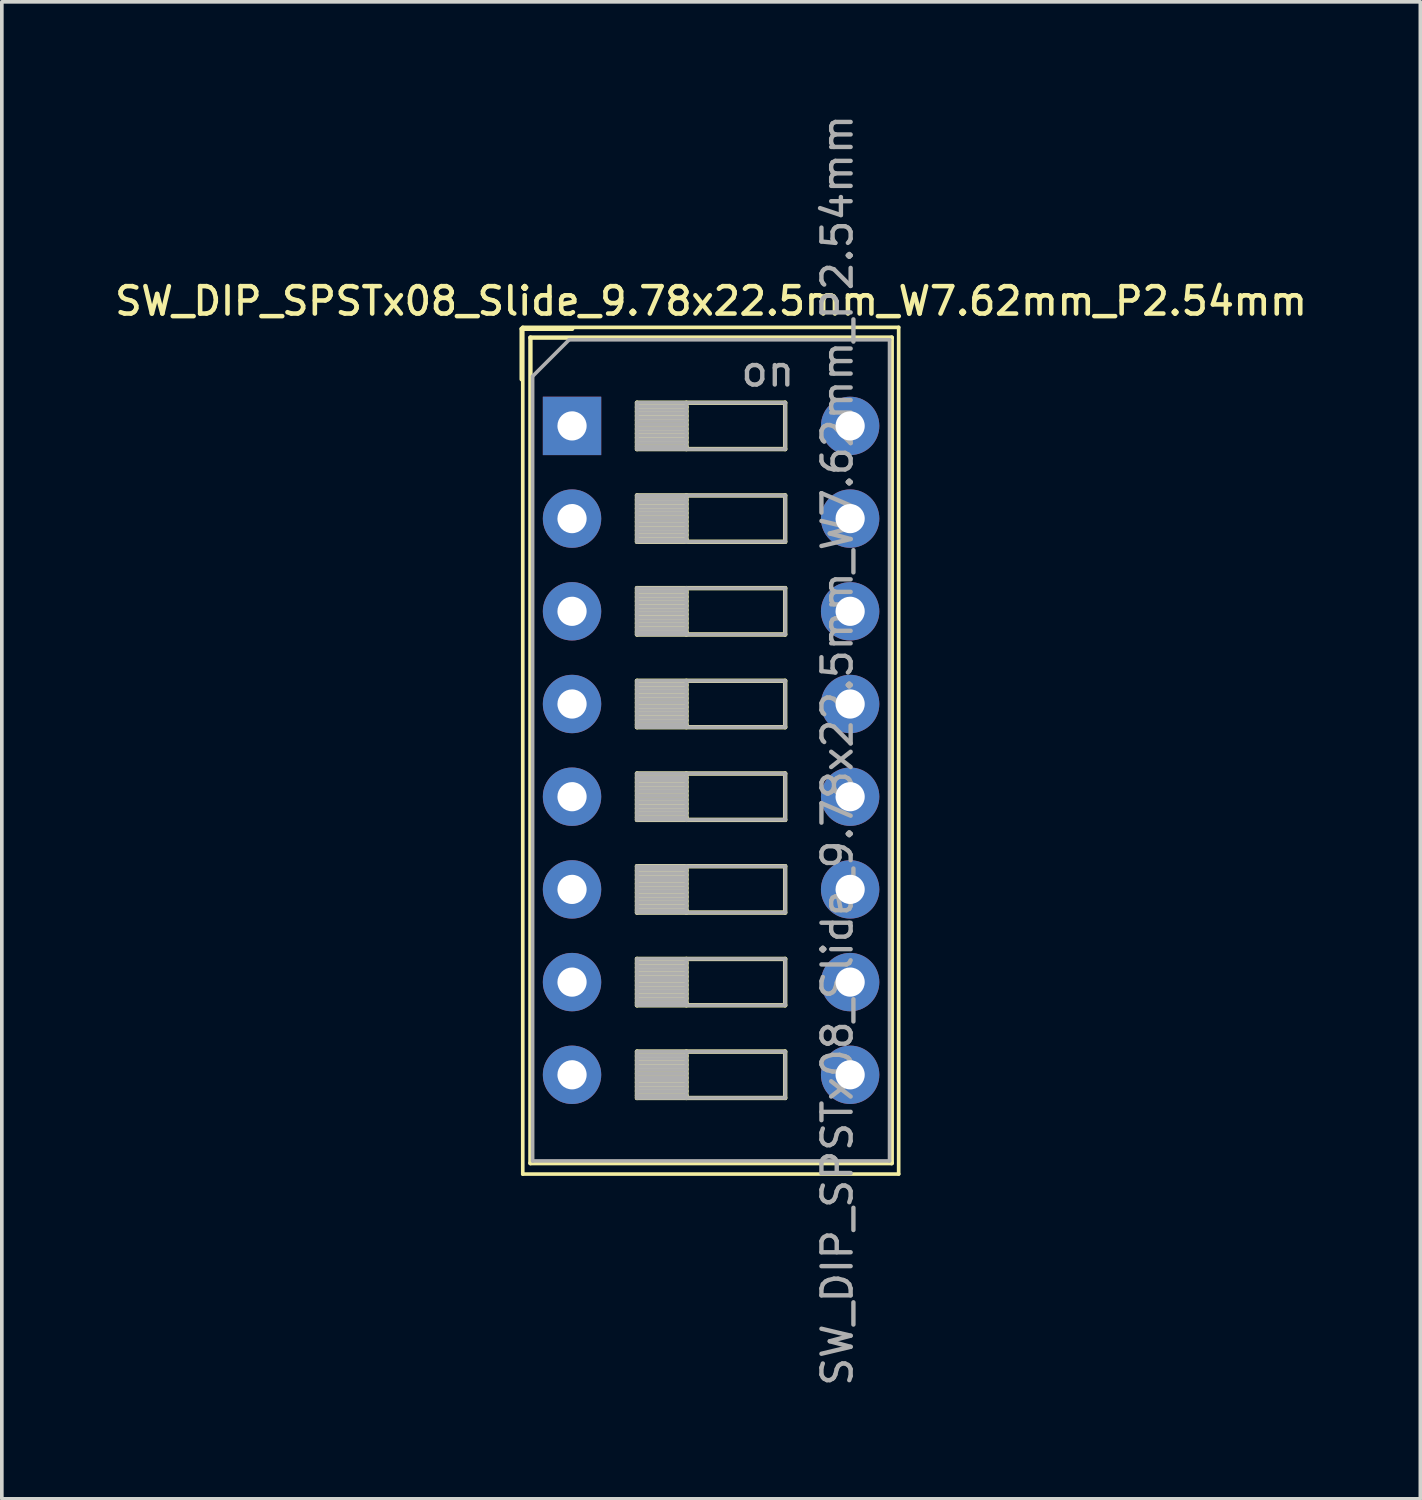
<source format=kicad_pcb>
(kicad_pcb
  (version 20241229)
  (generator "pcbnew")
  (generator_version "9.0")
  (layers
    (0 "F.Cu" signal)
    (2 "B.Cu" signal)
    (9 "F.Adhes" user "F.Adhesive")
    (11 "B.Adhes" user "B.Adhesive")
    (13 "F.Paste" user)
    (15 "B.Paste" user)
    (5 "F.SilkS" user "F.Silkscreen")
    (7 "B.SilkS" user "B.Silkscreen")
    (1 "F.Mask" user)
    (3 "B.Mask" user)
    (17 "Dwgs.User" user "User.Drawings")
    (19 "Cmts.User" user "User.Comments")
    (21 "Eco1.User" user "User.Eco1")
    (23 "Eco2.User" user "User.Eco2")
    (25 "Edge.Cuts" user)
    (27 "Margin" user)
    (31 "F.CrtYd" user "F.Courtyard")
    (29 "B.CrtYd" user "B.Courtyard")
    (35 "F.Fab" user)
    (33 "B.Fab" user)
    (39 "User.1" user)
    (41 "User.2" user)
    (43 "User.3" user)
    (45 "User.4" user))
  (footprint "SW_DIP_SPSTx08_Slide_9.78x22.5mm_W7.62mm_P2.54mm"
    (layer "F.Cu")
    (at 12.624 8.62)
    (property "Reference" "SW_DIP_SPSTx08_Slide_9.78x22.5mm_W7.62mm_P2.54mm" (at 3.81 -3.42 0) (layer "F.SilkS") (effects (font (size 0.75 0.75) (thickness 0.125))))
    (attr through_hole)
    (fp_line (start -1.38 -2.66) (end -1.38 -1.277) (stroke (width 0.12) (type solid)) (layer "F.SilkS"))
    (fp_line (start -1.38 -2.66) (end 0.004 -2.66) (stroke (width 0.12) (type solid)) (layer "F.SilkS"))
    (fp_line (start -1.35 -2.7) (end -1.35 20.5) (stroke (width 0.1) (type solid)) (layer "F.SilkS"))
    (fp_line (start -1.35 20.5) (end 8.95 20.5) (stroke (width 0.1) (type solid)) (layer "F.SilkS"))
    (fp_line (start -1.14 -2.42) (end -1.14 20.201) (stroke (width 0.12) (type solid)) (layer "F.SilkS"))
    (fp_line (start -1.14 -2.42) (end 8.76 -2.42) (stroke (width 0.12) (type solid)) (layer "F.SilkS"))
    (fp_line (start -1.14 20.201) (end 8.76 20.201) (stroke (width 0.12) (type solid)) (layer "F.SilkS"))
    (fp_line (start 1.78 -0.635) (end 1.78 0.635) (stroke (width 0.12) (type solid)) (layer "F.SilkS"))
    (fp_line (start 1.78 -0.515) (end 3.133 -0.515) (stroke (width 0.12) (type solid)) (layer "F.SilkS"))
    (fp_line (start 1.78 -0.395) (end 3.133 -0.395) (stroke (width 0.12) (type solid)) (layer "F.SilkS"))
    (fp_line (start 1.78 -0.275) (end 3.133 -0.275) (stroke (width 0.12) (type solid)) (layer "F.SilkS"))
    (fp_line (start 1.78 -0.155) (end 3.133 -0.155) (stroke (width 0.12) (type solid)) (layer "F.SilkS"))
    (fp_line (start 1.78 -0.035) (end 3.133 -0.035) (stroke (width 0.12) (type solid)) (layer "F.SilkS"))
    (fp_line (start 1.78 0.085) (end 3.133 0.085) (stroke (width 0.12) (type solid)) (layer "F.SilkS"))
    (fp_line (start 1.78 0.205) (end 3.133 0.205) (stroke (width 0.12) (type solid)) (layer "F.SilkS"))
    (fp_line (start 1.78 0.325) (end 3.133 0.325) (stroke (width 0.12) (type solid)) (layer "F.SilkS"))
    (fp_line (start 1.78 0.445) (end 3.133 0.445) (stroke (width 0.12) (type solid)) (layer "F.SilkS"))
    (fp_line (start 1.78 0.565) (end 3.133 0.565) (stroke (width 0.12) (type solid)) (layer "F.SilkS"))
    (fp_line (start 1.78 0.635) (end 5.84 0.635) (stroke (width 0.12) (type solid)) (layer "F.SilkS"))
    (fp_line (start 1.78 1.905) (end 1.78 3.175) (stroke (width 0.12) (type solid)) (layer "F.SilkS"))
    (fp_line (start 1.78 2.025) (end 3.133 2.025) (stroke (width 0.12) (type solid)) (layer "F.SilkS"))
    (fp_line (start 1.78 2.145) (end 3.133 2.145) (stroke (width 0.12) (type solid)) (layer "F.SilkS"))
    (fp_line (start 1.78 2.265) (end 3.133 2.265) (stroke (width 0.12) (type solid)) (layer "F.SilkS"))
    (fp_line (start 1.78 2.385) (end 3.133 2.385) (stroke (width 0.12) (type solid)) (layer "F.SilkS"))
    (fp_line (start 1.78 2.505) (end 3.133 2.505) (stroke (width 0.12) (type solid)) (layer "F.SilkS"))
    (fp_line (start 1.78 2.625) (end 3.133 2.625) (stroke (width 0.12) (type solid)) (layer "F.SilkS"))
    (fp_line (start 1.78 2.745) (end 3.133 2.745) (stroke (width 0.12) (type solid)) (layer "F.SilkS"))
    (fp_line (start 1.78 2.865) (end 3.133 2.865) (stroke (width 0.12) (type solid)) (layer "F.SilkS"))
    (fp_line (start 1.78 2.985) (end 3.133 2.985) (stroke (width 0.12) (type solid)) (layer "F.SilkS"))
    (fp_line (start 1.78 3.105) (end 3.133 3.105) (stroke (width 0.12) (type solid)) (layer "F.SilkS"))
    (fp_line (start 1.78 3.175) (end 5.84 3.175) (stroke (width 0.12) (type solid)) (layer "F.SilkS"))
    (fp_line (start 1.78 4.445) (end 1.78 5.715) (stroke (width 0.12) (type solid)) (layer "F.SilkS"))
    (fp_line (start 1.78 4.565) (end 3.133 4.565) (stroke (width 0.12) (type solid)) (layer "F.SilkS"))
    (fp_line (start 1.78 4.685) (end 3.133 4.685) (stroke (width 0.12) (type solid)) (layer "F.SilkS"))
    (fp_line (start 1.78 4.805) (end 3.133 4.805) (stroke (width 0.12) (type solid)) (layer "F.SilkS"))
    (fp_line (start 1.78 4.925) (end 3.133 4.925) (stroke (width 0.12) (type solid)) (layer "F.SilkS"))
    (fp_line (start 1.78 5.045) (end 3.133 5.045) (stroke (width 0.12) (type solid)) (layer "F.SilkS"))
    (fp_line (start 1.78 5.165) (end 3.133 5.165) (stroke (width 0.12) (type solid)) (layer "F.SilkS"))
    (fp_line (start 1.78 5.285) (end 3.133 5.285) (stroke (width 0.12) (type solid)) (layer "F.SilkS"))
    (fp_line (start 1.78 5.405) (end 3.133 5.405) (stroke (width 0.12) (type solid)) (layer "F.SilkS"))
    (fp_line (start 1.78 5.525) (end 3.133 5.525) (stroke (width 0.12) (type solid)) (layer "F.SilkS"))
    (fp_line (start 1.78 5.645) (end 3.133 5.645) (stroke (width 0.12) (type solid)) (layer "F.SilkS"))
    (fp_line (start 1.78 5.715) (end 5.84 5.715) (stroke (width 0.12) (type solid)) (layer "F.SilkS"))
    (fp_line (start 1.78 6.985) (end 1.78 8.255) (stroke (width 0.12) (type solid)) (layer "F.SilkS"))
    (fp_line (start 1.78 7.105) (end 3.133 7.105) (stroke (width 0.12) (type solid)) (layer "F.SilkS"))
    (fp_line (start 1.78 7.225) (end 3.133 7.225) (stroke (width 0.12) (type solid)) (layer "F.SilkS"))
    (fp_line (start 1.78 7.345) (end 3.133 7.345) (stroke (width 0.12) (type solid)) (layer "F.SilkS"))
    (fp_line (start 1.78 7.465) (end 3.133 7.465) (stroke (width 0.12) (type solid)) (layer "F.SilkS"))
    (fp_line (start 1.78 7.585) (end 3.133 7.585) (stroke (width 0.12) (type solid)) (layer "F.SilkS"))
    (fp_line (start 1.78 7.705) (end 3.133 7.705) (stroke (width 0.12) (type solid)) (layer "F.SilkS"))
    (fp_line (start 1.78 7.825) (end 3.133 7.825) (stroke (width 0.12) (type solid)) (layer "F.SilkS"))
    (fp_line (start 1.78 7.945) (end 3.133 7.945) (stroke (width 0.12) (type solid)) (layer "F.SilkS"))
    (fp_line (start 1.78 8.065) (end 3.133 8.065) (stroke (width 0.12) (type solid)) (layer "F.SilkS"))
    (fp_line (start 1.78 8.185) (end 3.133 8.185) (stroke (width 0.12) (type solid)) (layer "F.SilkS"))
    (fp_line (start 1.78 8.255) (end 5.84 8.255) (stroke (width 0.12) (type solid)) (layer "F.SilkS"))
    (fp_line (start 1.78 9.525) (end 1.78 10.795) (stroke (width 0.12) (type solid)) (layer "F.SilkS"))
    (fp_line (start 1.78 9.645) (end 3.133 9.645) (stroke (width 0.12) (type solid)) (layer "F.SilkS"))
    (fp_line (start 1.78 9.765) (end 3.133 9.765) (stroke (width 0.12) (type solid)) (layer "F.SilkS"))
    (fp_line (start 1.78 9.885) (end 3.133 9.885) (stroke (width 0.12) (type solid)) (layer "F.SilkS"))
    (fp_line (start 1.78 10.005) (end 3.133 10.005) (stroke (width 0.12) (type solid)) (layer "F.SilkS"))
    (fp_line (start 1.78 10.125) (end 3.133 10.125) (stroke (width 0.12) (type solid)) (layer "F.SilkS"))
    (fp_line (start 1.78 10.245) (end 3.133 10.245) (stroke (width 0.12) (type solid)) (layer "F.SilkS"))
    (fp_line (start 1.78 10.365) (end 3.133 10.365) (stroke (width 0.12) (type solid)) (layer "F.SilkS"))
    (fp_line (start 1.78 10.485) (end 3.133 10.485) (stroke (width 0.12) (type solid)) (layer "F.SilkS"))
    (fp_line (start 1.78 10.605) (end 3.133 10.605) (stroke (width 0.12) (type solid)) (layer "F.SilkS"))
    (fp_line (start 1.78 10.725) (end 3.133 10.725) (stroke (width 0.12) (type solid)) (layer "F.SilkS"))
    (fp_line (start 1.78 10.795) (end 5.84 10.795) (stroke (width 0.12) (type solid)) (layer "F.SilkS"))
    (fp_line (start 1.78 12.065) (end 1.78 13.335) (stroke (width 0.12) (type solid)) (layer "F.SilkS"))
    (fp_line (start 1.78 12.185) (end 3.133 12.185) (stroke (width 0.12) (type solid)) (layer "F.SilkS"))
    (fp_line (start 1.78 12.305) (end 3.133 12.305) (stroke (width 0.12) (type solid)) (layer "F.SilkS"))
    (fp_line (start 1.78 12.425) (end 3.133 12.425) (stroke (width 0.12) (type solid)) (layer "F.SilkS"))
    (fp_line (start 1.78 12.545) (end 3.133 12.545) (stroke (width 0.12) (type solid)) (layer "F.SilkS"))
    (fp_line (start 1.78 12.665) (end 3.133 12.665) (stroke (width 0.12) (type solid)) (layer "F.SilkS"))
    (fp_line (start 1.78 12.785) (end 3.133 12.785) (stroke (width 0.12) (type solid)) (layer "F.SilkS"))
    (fp_line (start 1.78 12.905) (end 3.133 12.905) (stroke (width 0.12) (type solid)) (layer "F.SilkS"))
    (fp_line (start 1.78 13.025) (end 3.133 13.025) (stroke (width 0.12) (type solid)) (layer "F.SilkS"))
    (fp_line (start 1.78 13.145) (end 3.133 13.145) (stroke (width 0.12) (type solid)) (layer "F.SilkS"))
    (fp_line (start 1.78 13.265) (end 3.133 13.265) (stroke (width 0.12) (type solid)) (layer "F.SilkS"))
    (fp_line (start 1.78 13.335) (end 5.84 13.335) (stroke (width 0.12) (type solid)) (layer "F.SilkS"))
    (fp_line (start 1.78 14.605) (end 1.78 15.875) (stroke (width 0.12) (type solid)) (layer "F.SilkS"))
    (fp_line (start 1.78 14.725) (end 3.133 14.725) (stroke (width 0.12) (type solid)) (layer "F.SilkS"))
    (fp_line (start 1.78 14.845) (end 3.133 14.845) (stroke (width 0.12) (type solid)) (layer "F.SilkS"))
    (fp_line (start 1.78 14.965) (end 3.133 14.965) (stroke (width 0.12) (type solid)) (layer "F.SilkS"))
    (fp_line (start 1.78 15.085) (end 3.133 15.085) (stroke (width 0.12) (type solid)) (layer "F.SilkS"))
    (fp_line (start 1.78 15.205) (end 3.133 15.205) (stroke (width 0.12) (type solid)) (layer "F.SilkS"))
    (fp_line (start 1.78 15.325) (end 3.133 15.325) (stroke (width 0.12) (type solid)) (layer "F.SilkS"))
    (fp_line (start 1.78 15.445) (end 3.133 15.445) (stroke (width 0.12) (type solid)) (layer "F.SilkS"))
    (fp_line (start 1.78 15.565) (end 3.133 15.565) (stroke (width 0.12) (type solid)) (layer "F.SilkS"))
    (fp_line (start 1.78 15.685) (end 3.133 15.685) (stroke (width 0.12) (type solid)) (layer "F.SilkS"))
    (fp_line (start 1.78 15.805) (end 3.133 15.805) (stroke (width 0.12) (type solid)) (layer "F.SilkS"))
    (fp_line (start 1.78 15.875) (end 5.84 15.875) (stroke (width 0.12) (type solid)) (layer "F.SilkS"))
    (fp_line (start 1.78 17.145) (end 1.78 18.415) (stroke (width 0.12) (type solid)) (layer "F.SilkS"))
    (fp_line (start 1.78 17.265) (end 3.133 17.265) (stroke (width 0.12) (type solid)) (layer "F.SilkS"))
    (fp_line (start 1.78 17.385) (end 3.133 17.385) (stroke (width 0.12) (type solid)) (layer "F.SilkS"))
    (fp_line (start 1.78 17.505) (end 3.133 17.505) (stroke (width 0.12) (type solid)) (layer "F.SilkS"))
    (fp_line (start 1.78 17.625) (end 3.133 17.625) (stroke (width 0.12) (type solid)) (layer "F.SilkS"))
    (fp_line (start 1.78 17.745) (end 3.133 17.745) (stroke (width 0.12) (type solid)) (layer "F.SilkS"))
    (fp_line (start 1.78 17.865) (end 3.133 17.865) (stroke (width 0.12) (type solid)) (layer "F.SilkS"))
    (fp_line (start 1.78 17.985) (end 3.133 17.985) (stroke (width 0.12) (type solid)) (layer "F.SilkS"))
    (fp_line (start 1.78 18.105) (end 3.133 18.105) (stroke (width 0.12) (type solid)) (layer "F.SilkS"))
    (fp_line (start 1.78 18.225) (end 3.133 18.225) (stroke (width 0.12) (type solid)) (layer "F.SilkS"))
    (fp_line (start 1.78 18.345) (end 3.133 18.345) (stroke (width 0.12) (type solid)) (layer "F.SilkS"))
    (fp_line (start 1.78 18.415) (end 5.84 18.415) (stroke (width 0.12) (type solid)) (layer "F.SilkS"))
    (fp_line (start 3.133 -0.635) (end 3.133 0.635) (stroke (width 0.12) (type solid)) (layer "F.SilkS"))
    (fp_line (start 3.133 1.905) (end 3.133 3.175) (stroke (width 0.12) (type solid)) (layer "F.SilkS"))
    (fp_line (start 3.133 4.445) (end 3.133 5.715) (stroke (width 0.12) (type solid)) (layer "F.SilkS"))
    (fp_line (start 3.133 6.985) (end 3.133 8.255) (stroke (width 0.12) (type solid)) (layer "F.SilkS"))
    (fp_line (start 3.133 9.525) (end 3.133 10.795) (stroke (width 0.12) (type solid)) (layer "F.SilkS"))
    (fp_line (start 3.133 12.065) (end 3.133 13.335) (stroke (width 0.12) (type solid)) (layer "F.SilkS"))
    (fp_line (start 3.133 14.605) (end 3.133 15.875) (stroke (width 0.12) (type solid)) (layer "F.SilkS"))
    (fp_line (start 3.133 17.145) (end 3.133 18.415) (stroke (width 0.12) (type solid)) (layer "F.SilkS"))
    (fp_line (start 5.84 -0.635) (end 1.78 -0.635) (stroke (width 0.12) (type solid)) (layer "F.SilkS"))
    (fp_line (start 5.84 0.635) (end 5.84 -0.635) (stroke (width 0.12) (type solid)) (layer "F.SilkS"))
    (fp_line (start 5.84 1.905) (end 1.78 1.905) (stroke (width 0.12) (type solid)) (layer "F.SilkS"))
    (fp_line (start 5.84 3.175) (end 5.84 1.905) (stroke (width 0.12) (type solid)) (layer "F.SilkS"))
    (fp_line (start 5.84 4.445) (end 1.78 4.445) (stroke (width 0.12) (type solid)) (layer "F.SilkS"))
    (fp_line (start 5.84 5.715) (end 5.84 4.445) (stroke (width 0.12) (type solid)) (layer "F.SilkS"))
    (fp_line (start 5.84 6.985) (end 1.78 6.985) (stroke (width 0.12) (type solid)) (layer "F.SilkS"))
    (fp_line (start 5.84 8.255) (end 5.84 6.985) (stroke (width 0.12) (type solid)) (layer "F.SilkS"))
    (fp_line (start 5.84 9.525) (end 1.78 9.525) (stroke (width 0.12) (type solid)) (layer "F.SilkS"))
    (fp_line (start 5.84 10.795) (end 5.84 9.525) (stroke (width 0.12) (type solid)) (layer "F.SilkS"))
    (fp_line (start 5.84 12.065) (end 1.78 12.065) (stroke (width 0.12) (type solid)) (layer "F.SilkS"))
    (fp_line (start 5.84 13.335) (end 5.84 12.065) (stroke (width 0.12) (type solid)) (layer "F.SilkS"))
    (fp_line (start 5.84 14.605) (end 1.78 14.605) (stroke (width 0.12) (type solid)) (layer "F.SilkS"))
    (fp_line (start 5.84 15.875) (end 5.84 14.605) (stroke (width 0.12) (type solid)) (layer "F.SilkS"))
    (fp_line (start 5.84 17.145) (end 1.78 17.145) (stroke (width 0.12) (type solid)) (layer "F.SilkS"))
    (fp_line (start 5.84 18.415) (end 5.84 17.145) (stroke (width 0.12) (type solid)) (layer "F.SilkS"))
    (fp_line (start 8.76 -2.42) (end 8.76 20.201) (stroke (width 0.12) (type solid)) (layer "F.SilkS"))
    (fp_line (start 8.95 -2.7) (end -1.35 -2.7) (stroke (width 0.1) (type solid)) (layer "F.SilkS"))
    (fp_line (start 8.95 20.5) (end 8.95 -2.7) (stroke (width 0.1) (type solid)) (layer "F.SilkS"))
    (fp_line (start -1.08 -1.36) (end -0.08 -2.36) (stroke (width 0.1) (type solid)) (layer "F.Fab"))
    (fp_line (start -1.08 20.14) (end -1.08 -1.36) (stroke (width 0.1) (type solid)) (layer "F.Fab"))
    (fp_line (start -0.08 -2.36) (end 8.7 -2.36) (stroke (width 0.1) (type solid)) (layer "F.Fab"))
    (fp_line (start 1.78 -0.635) (end 1.78 0.635) (stroke (width 0.1) (type solid)) (layer "F.Fab"))
    (fp_line (start 1.78 -0.535) (end 3.133 -0.535) (stroke (width 0.1) (type solid)) (layer "F.Fab"))
    (fp_line (start 1.78 -0.435) (end 3.133 -0.435) (stroke (width 0.1) (type solid)) (layer "F.Fab"))
    (fp_line (start 1.78 -0.335) (end 3.133 -0.335) (stroke (width 0.1) (type solid)) (layer "F.Fab"))
    (fp_line (start 1.78 -0.235) (end 3.133 -0.235) (stroke (width 0.1) (type solid)) (layer "F.Fab"))
    (fp_line (start 1.78 -0.135) (end 3.133 -0.135) (stroke (width 0.1) (type solid)) (layer "F.Fab"))
    (fp_line (start 1.78 -0.035) (end 3.133 -0.035) (stroke (width 0.1) (type solid)) (layer "F.Fab"))
    (fp_line (start 1.78 0.065) (end 3.133 0.065) (stroke (width 0.1) (type solid)) (layer "F.Fab"))
    (fp_line (start 1.78 0.165) (end 3.133 0.165) (stroke (width 0.1) (type solid)) (layer "F.Fab"))
    (fp_line (start 1.78 0.265) (end 3.133 0.265) (stroke (width 0.1) (type solid)) (layer "F.Fab"))
    (fp_line (start 1.78 0.365) (end 3.133 0.365) (stroke (width 0.1) (type solid)) (layer "F.Fab"))
    (fp_line (start 1.78 0.465) (end 3.133 0.465) (stroke (width 0.1) (type solid)) (layer "F.Fab"))
    (fp_line (start 1.78 0.565) (end 3.133 0.565) (stroke (width 0.1) (type solid)) (layer "F.Fab"))
    (fp_line (start 1.78 0.635) (end 5.84 0.635) (stroke (width 0.1) (type solid)) (layer "F.Fab"))
    (fp_line (start 1.78 1.905) (end 1.78 3.175) (stroke (width 0.1) (type solid)) (layer "F.Fab"))
    (fp_line (start 1.78 2.005) (end 3.133 2.005) (stroke (width 0.1) (type solid)) (layer "F.Fab"))
    (fp_line (start 1.78 2.105) (end 3.133 2.105) (stroke (width 0.1) (type solid)) (layer "F.Fab"))
    (fp_line (start 1.78 2.205) (end 3.133 2.205) (stroke (width 0.1) (type solid)) (layer "F.Fab"))
    (fp_line (start 1.78 2.305) (end 3.133 2.305) (stroke (width 0.1) (type solid)) (layer "F.Fab"))
    (fp_line (start 1.78 2.405) (end 3.133 2.405) (stroke (width 0.1) (type solid)) (layer "F.Fab"))
    (fp_line (start 1.78 2.505) (end 3.133 2.505) (stroke (width 0.1) (type solid)) (layer "F.Fab"))
    (fp_line (start 1.78 2.605) (end 3.133 2.605) (stroke (width 0.1) (type solid)) (layer "F.Fab"))
    (fp_line (start 1.78 2.705) (end 3.133 2.705) (stroke (width 0.1) (type solid)) (layer "F.Fab"))
    (fp_line (start 1.78 2.805) (end 3.133 2.805) (stroke (width 0.1) (type solid)) (layer "F.Fab"))
    (fp_line (start 1.78 2.905) (end 3.133 2.905) (stroke (width 0.1) (type solid)) (layer "F.Fab"))
    (fp_line (start 1.78 3.005) (end 3.133 3.005) (stroke (width 0.1) (type solid)) (layer "F.Fab"))
    (fp_line (start 1.78 3.105) (end 3.133 3.105) (stroke (width 0.1) (type solid)) (layer "F.Fab"))
    (fp_line (start 1.78 3.175) (end 5.84 3.175) (stroke (width 0.1) (type solid)) (layer "F.Fab"))
    (fp_line (start 1.78 4.445) (end 1.78 5.715) (stroke (width 0.1) (type solid)) (layer "F.Fab"))
    (fp_line (start 1.78 4.545) (end 3.133 4.545) (stroke (width 0.1) (type solid)) (layer "F.Fab"))
    (fp_line (start 1.78 4.645) (end 3.133 4.645) (stroke (width 0.1) (type solid)) (layer "F.Fab"))
    (fp_line (start 1.78 4.745) (end 3.133 4.745) (stroke (width 0.1) (type solid)) (layer "F.Fab"))
    (fp_line (start 1.78 4.845) (end 3.133 4.845) (stroke (width 0.1) (type solid)) (layer "F.Fab"))
    (fp_line (start 1.78 4.945) (end 3.133 4.945) (stroke (width 0.1) (type solid)) (layer "F.Fab"))
    (fp_line (start 1.78 5.045) (end 3.133 5.045) (stroke (width 0.1) (type solid)) (layer "F.Fab"))
    (fp_line (start 1.78 5.145) (end 3.133 5.145) (stroke (width 0.1) (type solid)) (layer "F.Fab"))
    (fp_line (start 1.78 5.245) (end 3.133 5.245) (stroke (width 0.1) (type solid)) (layer "F.Fab"))
    (fp_line (start 1.78 5.345) (end 3.133 5.345) (stroke (width 0.1) (type solid)) (layer "F.Fab"))
    (fp_line (start 1.78 5.445) (end 3.133 5.445) (stroke (width 0.1) (type solid)) (layer "F.Fab"))
    (fp_line (start 1.78 5.545) (end 3.133 5.545) (stroke (width 0.1) (type solid)) (layer "F.Fab"))
    (fp_line (start 1.78 5.645) (end 3.133 5.645) (stroke (width 0.1) (type solid)) (layer "F.Fab"))
    (fp_line (start 1.78 5.715) (end 5.84 5.715) (stroke (width 0.1) (type solid)) (layer "F.Fab"))
    (fp_line (start 1.78 6.985) (end 1.78 8.255) (stroke (width 0.1) (type solid)) (layer "F.Fab"))
    (fp_line (start 1.78 7.085) (end 3.133 7.085) (stroke (width 0.1) (type solid)) (layer "F.Fab"))
    (fp_line (start 1.78 7.185) (end 3.133 7.185) (stroke (width 0.1) (type solid)) (layer "F.Fab"))
    (fp_line (start 1.78 7.285) (end 3.133 7.285) (stroke (width 0.1) (type solid)) (layer "F.Fab"))
    (fp_line (start 1.78 7.385) (end 3.133 7.385) (stroke (width 0.1) (type solid)) (layer "F.Fab"))
    (fp_line (start 1.78 7.485) (end 3.133 7.485) (stroke (width 0.1) (type solid)) (layer "F.Fab"))
    (fp_line (start 1.78 7.585) (end 3.133 7.585) (stroke (width 0.1) (type solid)) (layer "F.Fab"))
    (fp_line (start 1.78 7.685) (end 3.133 7.685) (stroke (width 0.1) (type solid)) (layer "F.Fab"))
    (fp_line (start 1.78 7.785) (end 3.133 7.785) (stroke (width 0.1) (type solid)) (layer "F.Fab"))
    (fp_line (start 1.78 7.885) (end 3.133 7.885) (stroke (width 0.1) (type solid)) (layer "F.Fab"))
    (fp_line (start 1.78 7.985) (end 3.133 7.985) (stroke (width 0.1) (type solid)) (layer "F.Fab"))
    (fp_line (start 1.78 8.085) (end 3.133 8.085) (stroke (width 0.1) (type solid)) (layer "F.Fab"))
    (fp_line (start 1.78 8.185) (end 3.133 8.185) (stroke (width 0.1) (type solid)) (layer "F.Fab"))
    (fp_line (start 1.78 8.255) (end 5.84 8.255) (stroke (width 0.1) (type solid)) (layer "F.Fab"))
    (fp_line (start 1.78 9.525) (end 1.78 10.795) (stroke (width 0.1) (type solid)) (layer "F.Fab"))
    (fp_line (start 1.78 9.625) (end 3.133 9.625) (stroke (width 0.1) (type solid)) (layer "F.Fab"))
    (fp_line (start 1.78 9.725) (end 3.133 9.725) (stroke (width 0.1) (type solid)) (layer "F.Fab"))
    (fp_line (start 1.78 9.825) (end 3.133 9.825) (stroke (width 0.1) (type solid)) (layer "F.Fab"))
    (fp_line (start 1.78 9.925) (end 3.133 9.925) (stroke (width 0.1) (type solid)) (layer "F.Fab"))
    (fp_line (start 1.78 10.025) (end 3.133 10.025) (stroke (width 0.1) (type solid)) (layer "F.Fab"))
    (fp_line (start 1.78 10.125) (end 3.133 10.125) (stroke (width 0.1) (type solid)) (layer "F.Fab"))
    (fp_line (start 1.78 10.225) (end 3.133 10.225) (stroke (width 0.1) (type solid)) (layer "F.Fab"))
    (fp_line (start 1.78 10.325) (end 3.133 10.325) (stroke (width 0.1) (type solid)) (layer "F.Fab"))
    (fp_line (start 1.78 10.425) (end 3.133 10.425) (stroke (width 0.1) (type solid)) (layer "F.Fab"))
    (fp_line (start 1.78 10.525) (end 3.133 10.525) (stroke (width 0.1) (type solid)) (layer "F.Fab"))
    (fp_line (start 1.78 10.625) (end 3.133 10.625) (stroke (width 0.1) (type solid)) (layer "F.Fab"))
    (fp_line (start 1.78 10.725) (end 3.133 10.725) (stroke (width 0.1) (type solid)) (layer "F.Fab"))
    (fp_line (start 1.78 10.795) (end 5.84 10.795) (stroke (width 0.1) (type solid)) (layer "F.Fab"))
    (fp_line (start 1.78 12.065) (end 1.78 13.335) (stroke (width 0.1) (type solid)) (layer "F.Fab"))
    (fp_line (start 1.78 12.165) (end 3.133 12.165) (stroke (width 0.1) (type solid)) (layer "F.Fab"))
    (fp_line (start 1.78 12.265) (end 3.133 12.265) (stroke (width 0.1) (type solid)) (layer "F.Fab"))
    (fp_line (start 1.78 12.365) (end 3.133 12.365) (stroke (width 0.1) (type solid)) (layer "F.Fab"))
    (fp_line (start 1.78 12.465) (end 3.133 12.465) (stroke (width 0.1) (type solid)) (layer "F.Fab"))
    (fp_line (start 1.78 12.565) (end 3.133 12.565) (stroke (width 0.1) (type solid)) (layer "F.Fab"))
    (fp_line (start 1.78 12.665) (end 3.133 12.665) (stroke (width 0.1) (type solid)) (layer "F.Fab"))
    (fp_line (start 1.78 12.765) (end 3.133 12.765) (stroke (width 0.1) (type solid)) (layer "F.Fab"))
    (fp_line (start 1.78 12.865) (end 3.133 12.865) (stroke (width 0.1) (type solid)) (layer "F.Fab"))
    (fp_line (start 1.78 12.965) (end 3.133 12.965) (stroke (width 0.1) (type solid)) (layer "F.Fab"))
    (fp_line (start 1.78 13.065) (end 3.133 13.065) (stroke (width 0.1) (type solid)) (layer "F.Fab"))
    (fp_line (start 1.78 13.165) (end 3.133 13.165) (stroke (width 0.1) (type solid)) (layer "F.Fab"))
    (fp_line (start 1.78 13.265) (end 3.133 13.265) (stroke (width 0.1) (type solid)) (layer "F.Fab"))
    (fp_line (start 1.78 13.335) (end 5.84 13.335) (stroke (width 0.1) (type solid)) (layer "F.Fab"))
    (fp_line (start 1.78 14.605) (end 1.78 15.875) (stroke (width 0.1) (type solid)) (layer "F.Fab"))
    (fp_line (start 1.78 14.705) (end 3.133 14.705) (stroke (width 0.1) (type solid)) (layer "F.Fab"))
    (fp_line (start 1.78 14.805) (end 3.133 14.805) (stroke (width 0.1) (type solid)) (layer "F.Fab"))
    (fp_line (start 1.78 14.905) (end 3.133 14.905) (stroke (width 0.1) (type solid)) (layer "F.Fab"))
    (fp_line (start 1.78 15.005) (end 3.133 15.005) (stroke (width 0.1) (type solid)) (layer "F.Fab"))
    (fp_line (start 1.78 15.105) (end 3.133 15.105) (stroke (width 0.1) (type solid)) (layer "F.Fab"))
    (fp_line (start 1.78 15.205) (end 3.133 15.205) (stroke (width 0.1) (type solid)) (layer "F.Fab"))
    (fp_line (start 1.78 15.305) (end 3.133 15.305) (stroke (width 0.1) (type solid)) (layer "F.Fab"))
    (fp_line (start 1.78 15.405) (end 3.133 15.405) (stroke (width 0.1) (type solid)) (layer "F.Fab"))
    (fp_line (start 1.78 15.505) (end 3.133 15.505) (stroke (width 0.1) (type solid)) (layer "F.Fab"))
    (fp_line (start 1.78 15.605) (end 3.133 15.605) (stroke (width 0.1) (type solid)) (layer "F.Fab"))
    (fp_line (start 1.78 15.705) (end 3.133 15.705) (stroke (width 0.1) (type solid)) (layer "F.Fab"))
    (fp_line (start 1.78 15.805) (end 3.133 15.805) (stroke (width 0.1) (type solid)) (layer "F.Fab"))
    (fp_line (start 1.78 15.875) (end 5.84 15.875) (stroke (width 0.1) (type solid)) (layer "F.Fab"))
    (fp_line (start 1.78 17.145) (end 1.78 18.415) (stroke (width 0.1) (type solid)) (layer "F.Fab"))
    (fp_line (start 1.78 17.245) (end 3.133 17.245) (stroke (width 0.1) (type solid)) (layer "F.Fab"))
    (fp_line (start 1.78 17.345) (end 3.133 17.345) (stroke (width 0.1) (type solid)) (layer "F.Fab"))
    (fp_line (start 1.78 17.445) (end 3.133 17.445) (stroke (width 0.1) (type solid)) (layer "F.Fab"))
    (fp_line (start 1.78 17.545) (end 3.133 17.545) (stroke (width 0.1) (type solid)) (layer "F.Fab"))
    (fp_line (start 1.78 17.645) (end 3.133 17.645) (stroke (width 0.1) (type solid)) (layer "F.Fab"))
    (fp_line (start 1.78 17.745) (end 3.133 17.745) (stroke (width 0.1) (type solid)) (layer "F.Fab"))
    (fp_line (start 1.78 17.845) (end 3.133 17.845) (stroke (width 0.1) (type solid)) (layer "F.Fab"))
    (fp_line (start 1.78 17.945) (end 3.133 17.945) (stroke (width 0.1) (type solid)) (layer "F.Fab"))
    (fp_line (start 1.78 18.045) (end 3.133 18.045) (stroke (width 0.1) (type solid)) (layer "F.Fab"))
    (fp_line (start 1.78 18.145) (end 3.133 18.145) (stroke (width 0.1) (type solid)) (layer "F.Fab"))
    (fp_line (start 1.78 18.245) (end 3.133 18.245) (stroke (width 0.1) (type solid)) (layer "F.Fab"))
    (fp_line (start 1.78 18.345) (end 3.133 18.345) (stroke (width 0.1) (type solid)) (layer "F.Fab"))
    (fp_line (start 1.78 18.415) (end 5.84 18.415) (stroke (width 0.1) (type solid)) (layer "F.Fab"))
    (fp_line (start 3.133 -0.635) (end 3.133 0.635) (stroke (width 0.1) (type solid)) (layer "F.Fab"))
    (fp_line (start 3.133 1.905) (end 3.133 3.175) (stroke (width 0.1) (type solid)) (layer "F.Fab"))
    (fp_line (start 3.133 4.445) (end 3.133 5.715) (stroke (width 0.1) (type solid)) (layer "F.Fab"))
    (fp_line (start 3.133 6.985) (end 3.133 8.255) (stroke (width 0.1) (type solid)) (layer "F.Fab"))
    (fp_line (start 3.133 9.525) (end 3.133 10.795) (stroke (width 0.1) (type solid)) (layer "F.Fab"))
    (fp_line (start 3.133 12.065) (end 3.133 13.335) (stroke (width 0.1) (type solid)) (layer "F.Fab"))
    (fp_line (start 3.133 14.605) (end 3.133 15.875) (stroke (width 0.1) (type solid)) (layer "F.Fab"))
    (fp_line (start 3.133 17.145) (end 3.133 18.415) (stroke (width 0.1) (type solid)) (layer "F.Fab"))
    (fp_line (start 5.84 -0.635) (end 1.78 -0.635) (stroke (width 0.1) (type solid)) (layer "F.Fab"))
    (fp_line (start 5.84 0.635) (end 5.84 -0.635) (stroke (width 0.1) (type solid)) (layer "F.Fab"))
    (fp_line (start 5.84 1.905) (end 1.78 1.905) (stroke (width 0.1) (type solid)) (layer "F.Fab"))
    (fp_line (start 5.84 3.175) (end 5.84 1.905) (stroke (width 0.1) (type solid)) (layer "F.Fab"))
    (fp_line (start 5.84 4.445) (end 1.78 4.445) (stroke (width 0.1) (type solid)) (layer "F.Fab"))
    (fp_line (start 5.84 5.715) (end 5.84 4.445) (stroke (width 0.1) (type solid)) (layer "F.Fab"))
    (fp_line (start 5.84 6.985) (end 1.78 6.985) (stroke (width 0.1) (type solid)) (layer "F.Fab"))
    (fp_line (start 5.84 8.255) (end 5.84 6.985) (stroke (width 0.1) (type solid)) (layer "F.Fab"))
    (fp_line (start 5.84 9.525) (end 1.78 9.525) (stroke (width 0.1) (type solid)) (layer "F.Fab"))
    (fp_line (start 5.84 10.795) (end 5.84 9.525) (stroke (width 0.1) (type solid)) (layer "F.Fab"))
    (fp_line (start 5.84 12.065) (end 1.78 12.065) (stroke (width 0.1) (type solid)) (layer "F.Fab"))
    (fp_line (start 5.84 13.335) (end 5.84 12.065) (stroke (width 0.1) (type solid)) (layer "F.Fab"))
    (fp_line (start 5.84 14.605) (end 1.78 14.605) (stroke (width 0.1) (type solid)) (layer "F.Fab"))
    (fp_line (start 5.84 15.875) (end 5.84 14.605) (stroke (width 0.1) (type solid)) (layer "F.Fab"))
    (fp_line (start 5.84 17.145) (end 1.78 17.145) (stroke (width 0.1) (type solid)) (layer "F.Fab"))
    (fp_line (start 5.84 18.415) (end 5.84 17.145) (stroke (width 0.1) (type solid)) (layer "F.Fab"))
    (fp_line (start 8.7 -2.36) (end 8.7 20.14) (stroke (width 0.1) (type solid)) (layer "F.Fab"))
    (fp_line (start 8.7 20.14) (end -1.08 20.14) (stroke (width 0.1) (type solid)) (layer "F.Fab"))
    (fp_text user "on" (at 5.365 -1.498 0) (layer "F.Fab") (effects (font (size 0.8 0.8) (thickness 0.12))))
    (fp_text user "${REFERENCE}" (at 7.27 8.89 90) (layer "F.Fab") (effects (font (size 0.8 0.8) (thickness 0.12))))
    (pad "1" thru_hole rect (at 0 0) (size 1.6 1.6) (drill 0.8) (layers "*.Cu" "*.Mask"))
    (pad "2" thru_hole oval (at 0 2.54) (size 1.6 1.6) (drill 0.8) (layers "*.Cu" "*.Mask"))
    (pad "3" thru_hole oval (at 0 5.08) (size 1.6 1.6) (drill 0.8) (layers "*.Cu" "*.Mask"))
    (pad "4" thru_hole oval (at 0 7.62) (size 1.6 1.6) (drill 0.8) (layers "*.Cu" "*.Mask"))
    (pad "5" thru_hole oval (at 0 10.16) (size 1.6 1.6) (drill 0.8) (layers "*.Cu" "*.Mask"))
    (pad "6" thru_hole oval (at 0 12.7) (size 1.6 1.6) (drill 0.8) (layers "*.Cu" "*.Mask"))
    (pad "7" thru_hole oval (at 0 15.24) (size 1.6 1.6) (drill 0.8) (layers "*.Cu" "*.Mask"))
    (pad "8" thru_hole oval (at 0 17.78) (size 1.6 1.6) (drill 0.8) (layers "*.Cu" "*.Mask"))
    (pad "9" thru_hole oval (at 7.62 17.78) (size 1.6 1.6) (drill 0.8) (layers "*.Cu" "*.Mask"))
    (pad "10" thru_hole oval (at 7.62 15.24) (size 1.6 1.6) (drill 0.8) (layers "*.Cu" "*.Mask"))
    (pad "11" thru_hole oval (at 7.62 12.7) (size 1.6 1.6) (drill 0.8) (layers "*.Cu" "*.Mask"))
    (pad "12" thru_hole oval (at 7.62 10.16) (size 1.6 1.6) (drill 0.8) (layers "*.Cu" "*.Mask"))
    (pad "13" thru_hole oval (at 7.62 7.62) (size 1.6 1.6) (drill 0.8) (layers "*.Cu" "*.Mask"))
    (pad "14" thru_hole oval (at 7.62 5.08) (size 1.6 1.6) (drill 0.8) (layers "*.Cu" "*.Mask"))
    (pad "15" thru_hole oval (at 7.62 2.54) (size 1.6 1.6) (drill 0.8) (layers "*.Cu" "*.Mask"))
    (pad "16" thru_hole oval (at 7.62 0) (size 1.6 1.6) (drill 0.8) (layers "*.Cu" "*.Mask")))
  (gr_rect
    (start -3 -3)
    (end 35.868 38.019)
    (stroke (width 0.1) (type default))
    (fill no)
    (layer "Edge.Cuts")))
</source>
